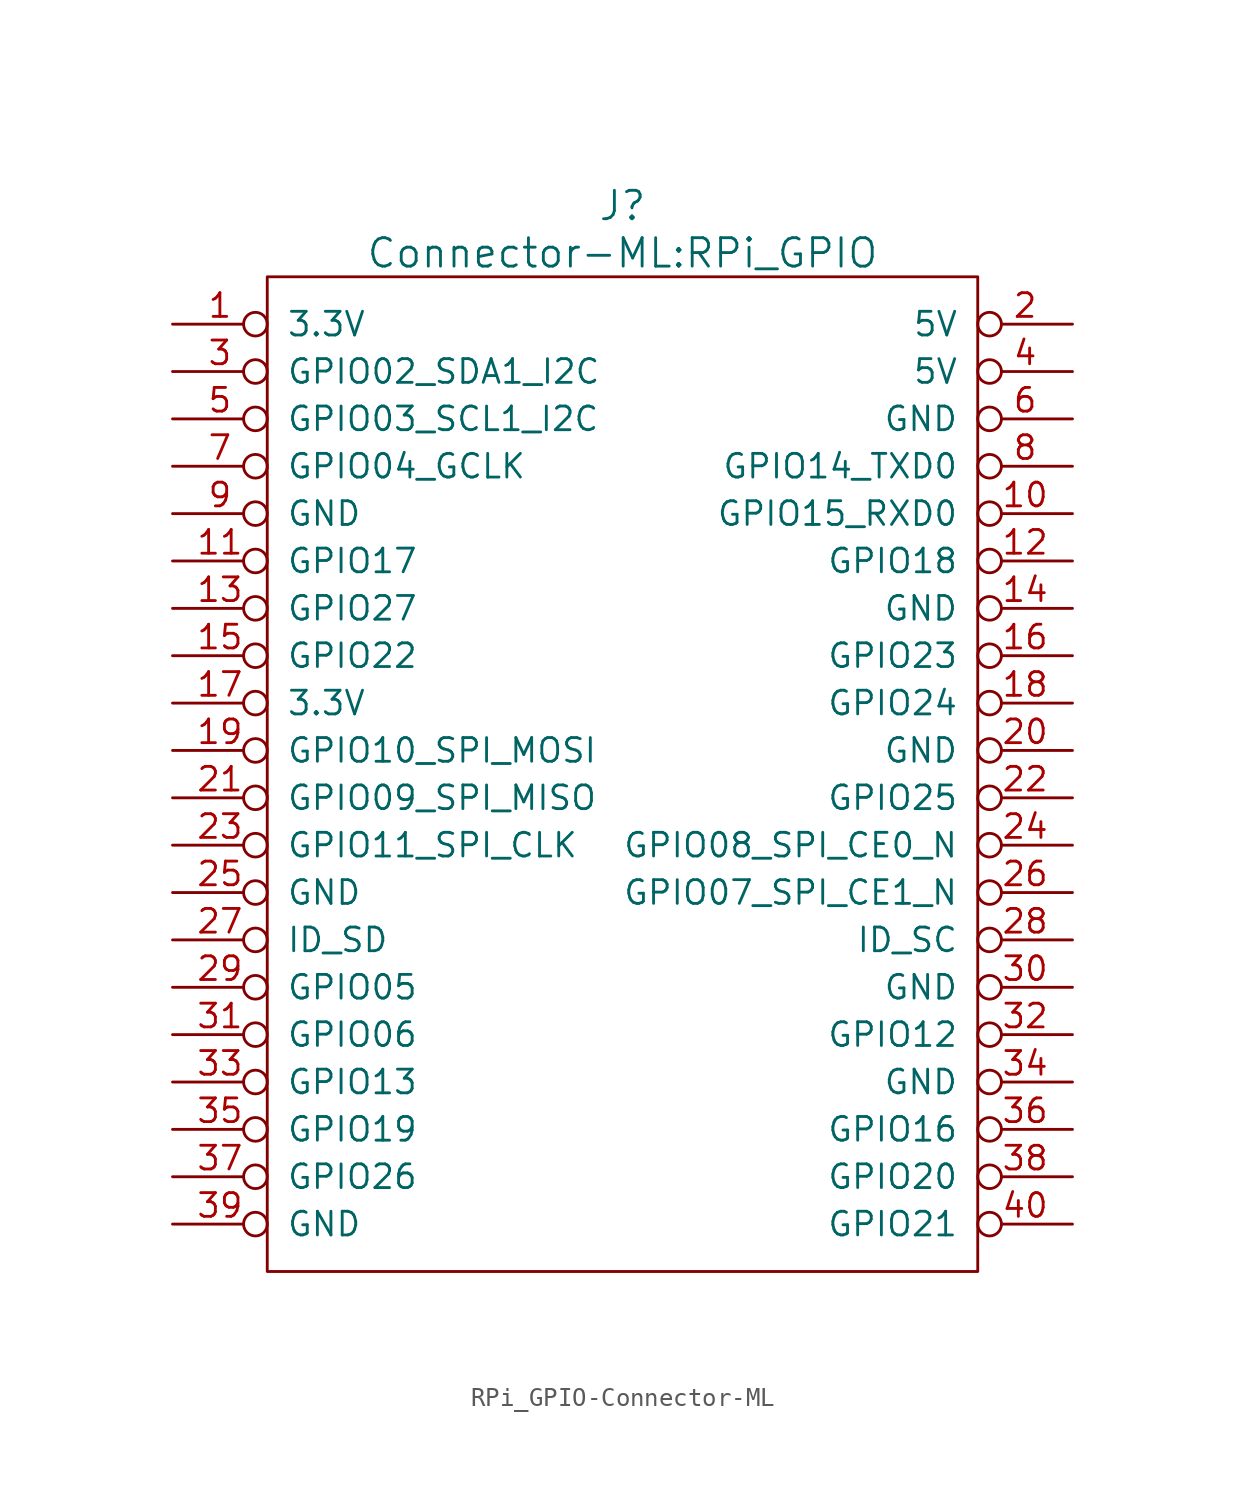
<source format=kicad_sym>
(kicad_symbol_lib
  (version 20220914)
  (generator kicad_symbol_editor)
  (symbol "RPi_GPIO-Connector-ML"
    (pin_names
      (offset 1.016))
    (property "Reference" "J"
      (at 19.05 6.35 0)
      (effects (font (size 1.524 1.524))))
    (property "Value" "Connector-ML:RPi_GPIO"
      (at 19.05 3.81 0)
      (effects (font (size 1.524 1.524))))
    (property "Footprint" ""
      (at 0 0 0)
      (effects (font (size 1.524 1.524))))
    (property "Datasheet" ""
      (at 0 0 0)
      (effects (font (size 1.524 1.524))))
    (symbol "RPi_GPIO-Connector-ML_0_1"
      (rectangle (start 0 2.54) (end 38.1 -50.8) (stroke (width 0) (type solid)) (fill (type none))))
    (symbol "RPi_GPIO-Connector-ML_1_1"
      (pin power_in inverted (at -5.08 0 0) (length 5.08) (name "3.3V" (effects (font (size 1.27 1.27)))) (number "1" (effects (font (size 1.27 1.27)))))
      (pin bidirectional inverted (at 43.18 -10.16 180) (length 5.08) (name "GPIO15_RXD0" (effects (font (size 1.27 1.27)))) (number "10" (effects (font (size 1.27 1.27)))))
      (pin bidirectional inverted (at -5.08 -12.7 0) (length 5.08) (name "GPIO17" (effects (font (size 1.27 1.27)))) (number "11" (effects (font (size 1.27 1.27)))))
      (pin bidirectional inverted (at 43.18 -12.7 180) (length 5.08) (name "GPIO18" (effects (font (size 1.27 1.27)))) (number "12" (effects (font (size 1.27 1.27)))))
      (pin bidirectional inverted (at -5.08 -15.24 0) (length 5.08) (name "GPIO27" (effects (font (size 1.27 1.27)))) (number "13" (effects (font (size 1.27 1.27)))))
      (pin power_in inverted (at 43.18 -15.24 180) (length 5.08) (name "GND" (effects (font (size 1.27 1.27)))) (number "14" (effects (font (size 1.27 1.27)))))
      (pin bidirectional inverted (at -5.08 -17.78 0) (length 5.08) (name "GPIO22" (effects (font (size 1.27 1.27)))) (number "15" (effects (font (size 1.27 1.27)))))
      (pin bidirectional inverted (at 43.18 -17.78 180) (length 5.08) (name "GPIO23" (effects (font (size 1.27 1.27)))) (number "16" (effects (font (size 1.27 1.27)))))
      (pin power_in inverted (at -5.08 -20.32 0) (length 5.08) (name "3.3V" (effects (font (size 1.27 1.27)))) (number "17" (effects (font (size 1.27 1.27)))))
      (pin bidirectional inverted (at 43.18 -20.32 180) (length 5.08) (name "GPIO24" (effects (font (size 1.27 1.27)))) (number "18" (effects (font (size 1.27 1.27)))))
      (pin bidirectional inverted (at -5.08 -22.86 0) (length 5.08) (name "GPIO10_SPI_MOSI" (effects (font (size 1.27 1.27)))) (number "19" (effects (font (size 1.27 1.27)))))
      (pin power_in inverted (at 43.18 0 180) (length 5.08) (name "5V" (effects (font (size 1.27 1.27)))) (number "2" (effects (font (size 1.27 1.27)))))
      (pin power_in inverted (at 43.18 -22.86 180) (length 5.08) (name "GND" (effects (font (size 1.27 1.27)))) (number "20" (effects (font (size 1.27 1.27)))))
      (pin bidirectional inverted (at -5.08 -25.4 0) (length 5.08) (name "GPIO09_SPI_MISO" (effects (font (size 1.27 1.27)))) (number "21" (effects (font (size 1.27 1.27)))))
      (pin bidirectional inverted (at 43.18 -25.4 180) (length 5.08) (name "GPIO25" (effects (font (size 1.27 1.27)))) (number "22" (effects (font (size 1.27 1.27)))))
      (pin bidirectional inverted (at -5.08 -27.94 0) (length 5.08) (name "GPIO11_SPI_CLK" (effects (font (size 1.27 1.27)))) (number "23" (effects (font (size 1.27 1.27)))))
      (pin bidirectional inverted (at 43.18 -27.94 180) (length 5.08) (name "GPIO08_SPI_CE0_N" (effects (font (size 1.27 1.27)))) (number "24" (effects (font (size 1.27 1.27)))))
      (pin power_in inverted (at -5.08 -30.48 0) (length 5.08) (name "GND" (effects (font (size 1.27 1.27)))) (number "25" (effects (font (size 1.27 1.27)))))
      (pin bidirectional inverted (at 43.18 -30.48 180) (length 5.08) (name "GPIO07_SPI_CE1_N" (effects (font (size 1.27 1.27)))) (number "26" (effects (font (size 1.27 1.27)))))
      (pin bidirectional inverted (at -5.08 -33.02 0) (length 5.08) (name "ID_SD" (effects (font (size 1.27 1.27)))) (number "27" (effects (font (size 1.27 1.27)))))
      (pin bidirectional inverted (at 43.18 -33.02 180) (length 5.08) (name "ID_SC" (effects (font (size 1.27 1.27)))) (number "28" (effects (font (size 1.27 1.27)))))
      (pin bidirectional inverted (at -5.08 -35.56 0) (length 5.08) (name "GPIO05" (effects (font (size 1.27 1.27)))) (number "29" (effects (font (size 1.27 1.27)))))
      (pin bidirectional inverted (at -5.08 -2.54 0) (length 5.08) (name "GPIO02_SDA1_I2C" (effects (font (size 1.27 1.27)))) (number "3" (effects (font (size 1.27 1.27)))))
      (pin power_in inverted (at 43.18 -35.56 180) (length 5.08) (name "GND" (effects (font (size 1.27 1.27)))) (number "30" (effects (font (size 1.27 1.27)))))
      (pin bidirectional inverted (at -5.08 -38.1 0) (length 5.08) (name "GPIO06" (effects (font (size 1.27 1.27)))) (number "31" (effects (font (size 1.27 1.27)))))
      (pin bidirectional inverted (at 43.18 -38.1 180) (length 5.08) (name "GPIO12" (effects (font (size 1.27 1.27)))) (number "32" (effects (font (size 1.27 1.27)))))
      (pin bidirectional inverted (at -5.08 -40.64 0) (length 5.08) (name "GPIO13" (effects (font (size 1.27 1.27)))) (number "33" (effects (font (size 1.27 1.27)))))
      (pin power_in inverted (at 43.18 -40.64 180) (length 5.08) (name "GND" (effects (font (size 1.27 1.27)))) (number "34" (effects (font (size 1.27 1.27)))))
      (pin bidirectional inverted (at -5.08 -43.18 0) (length 5.08) (name "GPIO19" (effects (font (size 1.27 1.27)))) (number "35" (effects (font (size 1.27 1.27)))))
      (pin bidirectional inverted (at 43.18 -43.18 180) (length 5.08) (name "GPIO16" (effects (font (size 1.27 1.27)))) (number "36" (effects (font (size 1.27 1.27)))))
      (pin bidirectional inverted (at -5.08 -45.72 0) (length 5.08) (name "GPIO26" (effects (font (size 1.27 1.27)))) (number "37" (effects (font (size 1.27 1.27)))))
      (pin bidirectional inverted (at 43.18 -45.72 180) (length 5.08) (name "GPIO20" (effects (font (size 1.27 1.27)))) (number "38" (effects (font (size 1.27 1.27)))))
      (pin power_in inverted (at -5.08 -48.26 0) (length 5.08) (name "GND" (effects (font (size 1.27 1.27)))) (number "39" (effects (font (size 1.27 1.27)))))
      (pin power_in inverted (at 43.18 -2.54 180) (length 5.08) (name "5V" (effects (font (size 1.27 1.27)))) (number "4" (effects (font (size 1.27 1.27)))))
      (pin bidirectional inverted (at 43.18 -48.26 180) (length 5.08) (name "GPIO21" (effects (font (size 1.27 1.27)))) (number "40" (effects (font (size 1.27 1.27)))))
      (pin bidirectional inverted (at -5.08 -5.08 0) (length 5.08) (name "GPIO03_SCL1_I2C" (effects (font (size 1.27 1.27)))) (number "5" (effects (font (size 1.27 1.27)))))
      (pin power_in inverted (at 43.18 -5.08 180) (length 5.08) (name "GND" (effects (font (size 1.27 1.27)))) (number "6" (effects (font (size 1.27 1.27)))))
      (pin bidirectional inverted (at -5.08 -7.62 0) (length 5.08) (name "GPIO04_GCLK" (effects (font (size 1.27 1.27)))) (number "7" (effects (font (size 1.27 1.27)))))
      (pin bidirectional inverted (at 43.18 -7.62 180) (length 5.08) (name "GPIO14_TXD0" (effects (font (size 1.27 1.27)))) (number "8" (effects (font (size 1.27 1.27)))))
      (pin power_in inverted (at -5.08 -10.16 0) (length 5.08) (name "GND" (effects (font (size 1.27 1.27)))) (number "9" (effects (font (size 1.27 1.27))))))))
</source>
